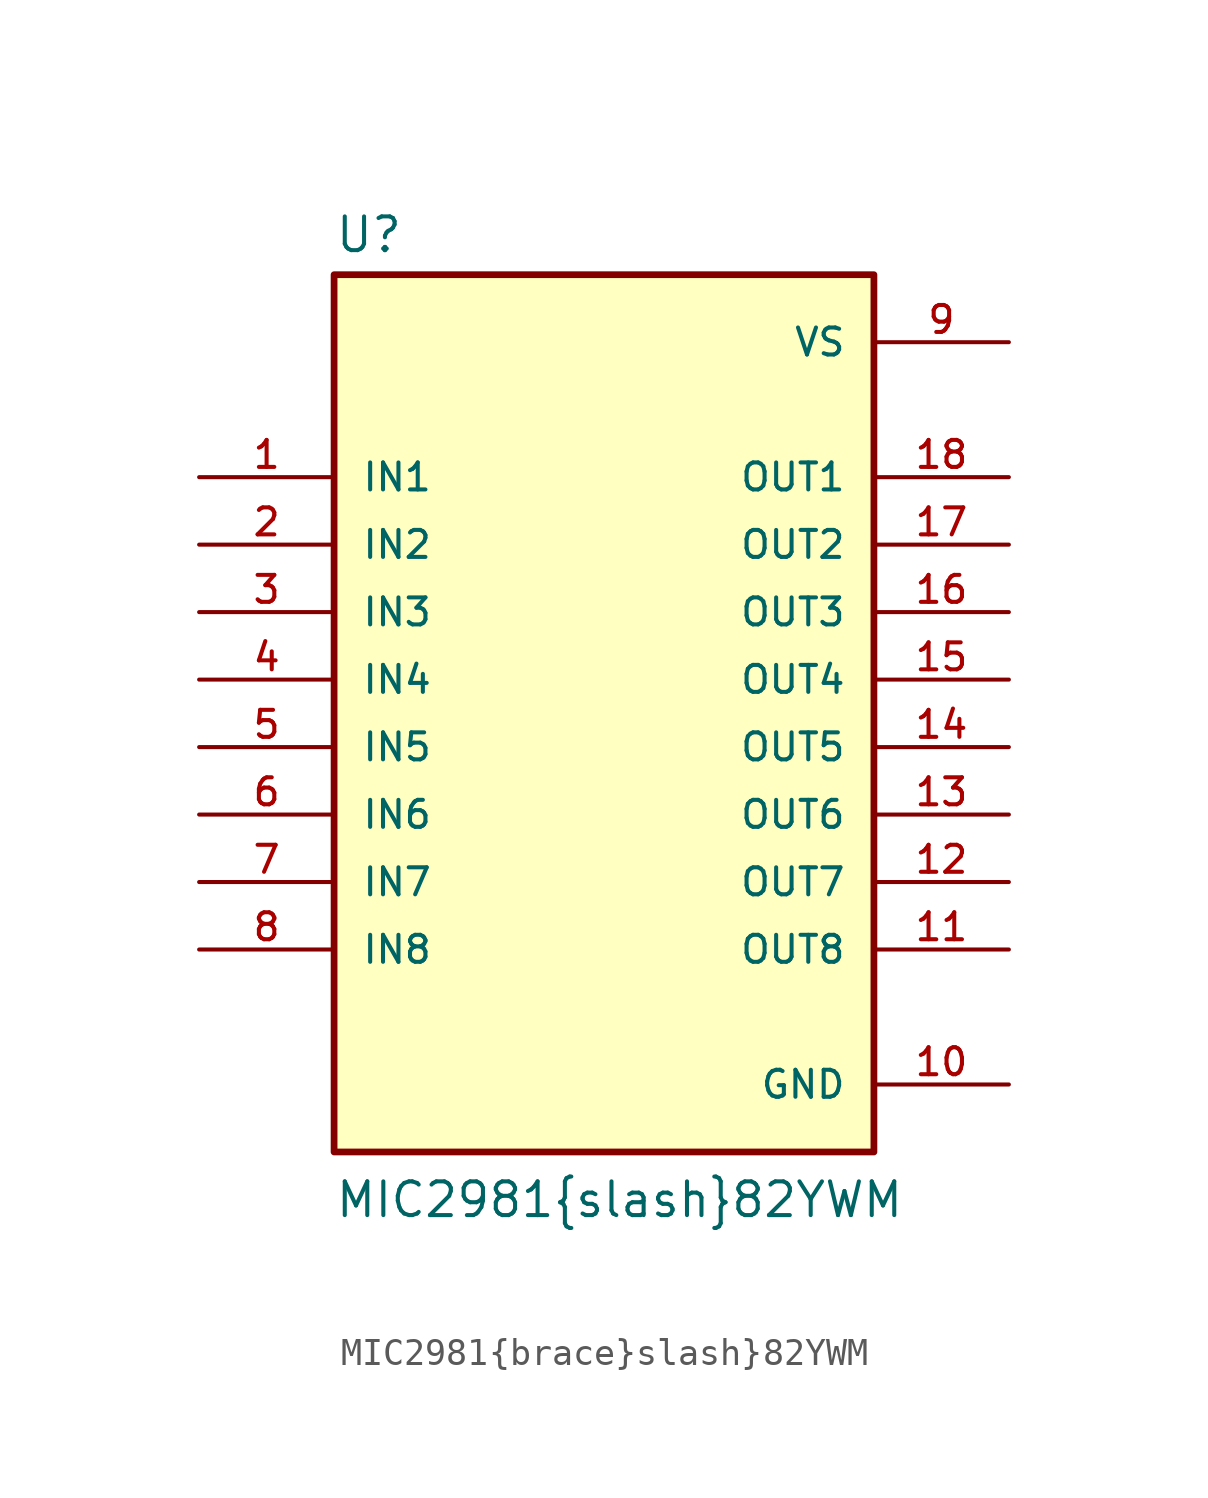
<source format=kicad_sym>
(kicad_symbol_lib
  (version 20211014)
  (generator kicad_symbol_editor)
  (symbol "MIC2981{brace}slash}82YWM"
    (pin_names
      (offset 1.016))
    (property "Reference" "U"
      (at -10.16 18.542 0)
      (effects (font (size 1.27 1.27)) (justify left bottom)))
    (property "Value" "MIC2981{brace}slash}82YWM"
      (at -10.16 -17.78 0)
      (effects (font (size 1.27 1.27)) (justify left bottom)))
    (property "ki_locked" ""
      (at 0 0 0)
      (effects (font (size 1.27 1.27))))
    (symbol "MIC2981{brace}slash}82YWM_0_0"
      (rectangle (start -10.16 -15.24) (end 10.16 17.78) (stroke (width 0.254) (type default) (color 0 0 0 0)) (fill (type background)))
      (pin input line (at -15.24 10.16 0) (length 5.08) (name "IN1" (effects (font (size 1.016 1.016)))) (number "1" (effects (font (size 1.016 1.016)))))
      (pin power_in line (at 15.24 -12.7 180) (length 5.08) (name "GND" (effects (font (size 1.016 1.016)))) (number "10" (effects (font (size 1.016 1.016)))))
      (pin output line (at 15.24 -7.62 180) (length 5.08) (name "OUT8" (effects (font (size 1.016 1.016)))) (number "11" (effects (font (size 1.016 1.016)))))
      (pin output line (at 15.24 -5.08 180) (length 5.08) (name "OUT7" (effects (font (size 1.016 1.016)))) (number "12" (effects (font (size 1.016 1.016)))))
      (pin output line (at 15.24 -2.54 180) (length 5.08) (name "OUT6" (effects (font (size 1.016 1.016)))) (number "13" (effects (font (size 1.016 1.016)))))
      (pin output line (at 15.24 0 180) (length 5.08) (name "OUT5" (effects (font (size 1.016 1.016)))) (number "14" (effects (font (size 1.016 1.016)))))
      (pin output line (at 15.24 2.54 180) (length 5.08) (name "OUT4" (effects (font (size 1.016 1.016)))) (number "15" (effects (font (size 1.016 1.016)))))
      (pin output line (at 15.24 5.08 180) (length 5.08) (name "OUT3" (effects (font (size 1.016 1.016)))) (number "16" (effects (font (size 1.016 1.016)))))
      (pin output line (at 15.24 7.62 180) (length 5.08) (name "OUT2" (effects (font (size 1.016 1.016)))) (number "17" (effects (font (size 1.016 1.016)))))
      (pin output line (at 15.24 10.16 180) (length 5.08) (name "OUT1" (effects (font (size 1.016 1.016)))) (number "18" (effects (font (size 1.016 1.016)))))
      (pin input line (at -15.24 7.62 0) (length 5.08) (name "IN2" (effects (font (size 1.016 1.016)))) (number "2" (effects (font (size 1.016 1.016)))))
      (pin input line (at -15.24 5.08 0) (length 5.08) (name "IN3" (effects (font (size 1.016 1.016)))) (number "3" (effects (font (size 1.016 1.016)))))
      (pin input line (at -15.24 2.54 0) (length 5.08) (name "IN4" (effects (font (size 1.016 1.016)))) (number "4" (effects (font (size 1.016 1.016)))))
      (pin input line (at -15.24 0 0) (length 5.08) (name "IN5" (effects (font (size 1.016 1.016)))) (number "5" (effects (font (size 1.016 1.016)))))
      (pin input line (at -15.24 -2.54 0) (length 5.08) (name "IN6" (effects (font (size 1.016 1.016)))) (number "6" (effects (font (size 1.016 1.016)))))
      (pin input line (at -15.24 -5.08 0) (length 5.08) (name "IN7" (effects (font (size 1.016 1.016)))) (number "7" (effects (font (size 1.016 1.016)))))
      (pin input line (at -15.24 -7.62 0) (length 5.08) (name "IN8" (effects (font (size 1.016 1.016)))) (number "8" (effects (font (size 1.016 1.016)))))
      (pin power_in line (at 15.24 15.24 180) (length 5.08) (name "VS" (effects (font (size 1.016 1.016)))) (number "9" (effects (font (size 1.016 1.016))))))))
</source>
